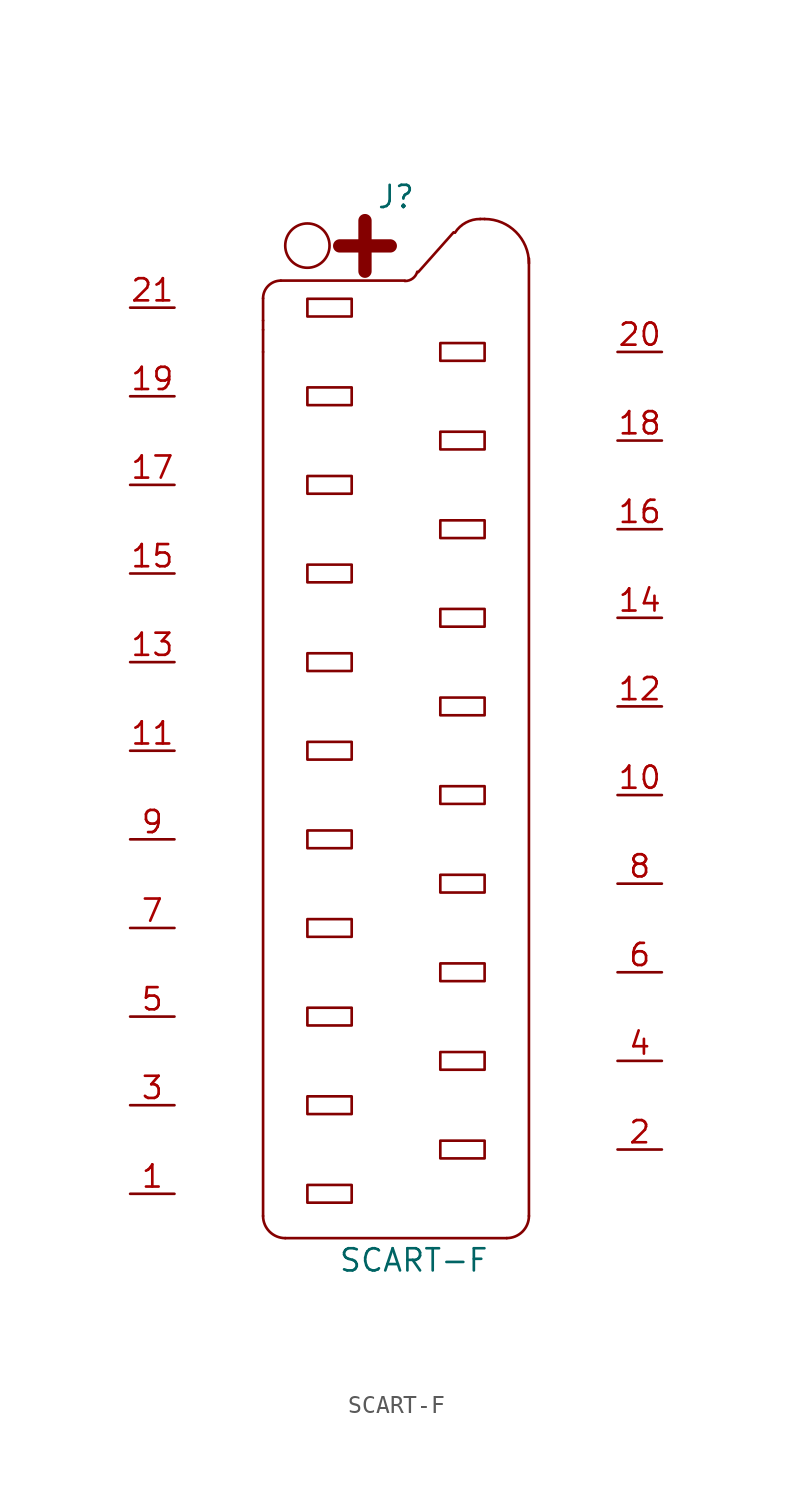
<source format=kicad_sym>
(kicad_symbol_lib
  (version 20211014)
  (generator kicad_symbol_editor)
  (symbol "SCART-F"
    (pin_names
      (offset 0.762) hide)
    (property "Reference" "J"
      (at 0 31.75 0)
      (effects (font (size 1.27 1.27))))
    (property "Value" "SCART-F"
      (at 1.016 -29.21 0)
      (effects (font (size 1.27 1.27))))
    (symbol "SCART-F_0_1"
      (arc (start -7.62 -26.67) (mid -7.248 -27.568) (end -6.35 -27.94) (stroke (width 0) (type default) (color 0 0 0 0)) (fill (type none)))
      (arc (start -6.604 26.9494) (mid -7.3224 26.6518) (end -7.62 25.9334) (stroke (width 0) (type default) (color 0 0 0 0)) (fill (type none)))
      (rectangle (start -5.08 -24.892) (end -2.54 -25.908) (stroke (width 0) (type default) (color 0 0 0 0)) (fill (type none)))
      (rectangle (start -5.08 -19.812) (end -2.54 -20.828) (stroke (width 0) (type default) (color 0 0 0 0)) (fill (type none)))
      (rectangle (start -5.08 -14.732) (end -2.54 -15.748) (stroke (width 0) (type default) (color 0 0 0 0)) (fill (type none)))
      (rectangle (start -5.08 -9.652) (end -2.54 -10.668) (stroke (width 0) (type default) (color 0 0 0 0)) (fill (type none)))
      (rectangle (start -5.08 -4.572) (end -2.54 -5.588) (stroke (width 0) (type default) (color 0 0 0 0)) (fill (type none)))
      (rectangle (start -5.08 0.508) (end -2.54 -0.508) (stroke (width 0) (type default) (color 0 0 0 0)) (fill (type none)))
      (rectangle (start -5.08 5.588) (end -2.54 4.572) (stroke (width 0) (type default) (color 0 0 0 0)) (fill (type none)))
      (rectangle (start -5.08 10.668) (end -2.54 9.652) (stroke (width 0) (type default) (color 0 0 0 0)) (fill (type none)))
      (rectangle (start -5.08 15.748) (end -2.54 14.732) (stroke (width 0) (type default) (color 0 0 0 0)) (fill (type none)))
      (rectangle (start -5.08 20.828) (end -2.54 19.812) (stroke (width 0) (type default) (color 0 0 0 0)) (fill (type none)))
      (rectangle (start -5.08 25.908) (end -2.54 24.892) (stroke (width 0) (type default) (color 0 0 0 0)) (fill (type none)))
      (circle (center -5.08 28.956) (radius 1.27) (stroke (width 0) (type default) (color 0 0 0 0)) (fill (type none)))
      (polyline (pts (xy -7.62 22.86) (xy -7.62 -26.67)) (stroke (width 0) (type default) (color 0 0 0 0)) (fill (type none)))
      (polyline (pts (xy -7.62 22.86) (xy -7.62 24.13)) (stroke (width 0) (type default) (color 0 0 0 0)) (fill (type none)))
      (polyline (pts (xy -7.62 24.663) (xy -7.62 24.13)) (stroke (width 0) (type default) (color 0 0 0 0)) (fill (type none)))
      (polyline (pts (xy -7.62 24.663) (xy -7.62 25.933)) (stroke (width 0) (type default) (color 0 0 0 0)) (fill (type none)))
      (polyline (pts (xy -6.604 26.949) (xy 0.508 26.949)) (stroke (width 0) (type default) (color 0 0 0 0)) (fill (type none)))
      (polyline (pts (xy -6.35 -27.94) (xy 6.35 -27.94)) (stroke (width 0) (type default) (color 0 0 0 0)) (fill (type none)))
      (polyline (pts (xy 3.302 29.718) (xy 1.27 27.432)) (stroke (width 0) (type default) (color 0 0 0 0)) (fill (type none)))
      (polyline (pts (xy 4.826 30.48) (xy 5.08 30.48)) (stroke (width 0) (type default) (color 0 0 0 0)) (fill (type none)))
      (polyline (pts (xy 7.62 -26.67) (xy 7.62 28.219)) (stroke (width 0) (type default) (color 0 0 0 0)) (fill (type none)))
      (arc (start 0.508 26.924) (mid 0.9569 27.0702) (end 1.2192 27.4574) (stroke (width 0) (type default) (color 0 0 0 0)) (fill (type none)))
      (rectangle (start 2.54 -22.352) (end 5.08 -23.368) (stroke (width 0) (type default) (color 0 0 0 0)) (fill (type none)))
      (rectangle (start 2.54 -17.272) (end 5.08 -18.288) (stroke (width 0) (type default) (color 0 0 0 0)) (fill (type none)))
      (rectangle (start 2.54 -12.192) (end 5.08 -13.208) (stroke (width 0) (type default) (color 0 0 0 0)) (fill (type none)))
      (rectangle (start 2.54 -7.112) (end 5.08 -8.128) (stroke (width 0) (type default) (color 0 0 0 0)) (fill (type none)))
      (rectangle (start 2.54 -2.032) (end 5.08 -3.048) (stroke (width 0) (type default) (color 0 0 0 0)) (fill (type none)))
      (rectangle (start 2.54 3.048) (end 5.08 2.032) (stroke (width 0) (type default) (color 0 0 0 0)) (fill (type none)))
      (rectangle (start 2.54 8.128) (end 5.08 7.112) (stroke (width 0) (type default) (color 0 0 0 0)) (fill (type none)))
      (rectangle (start 2.54 13.208) (end 5.08 12.192) (stroke (width 0) (type default) (color 0 0 0 0)) (fill (type none)))
      (rectangle (start 2.54 18.288) (end 5.08 17.272) (stroke (width 0) (type default) (color 0 0 0 0)) (fill (type none)))
      (rectangle (start 2.54 23.368) (end 5.08 22.352) (stroke (width 0) (type default) (color 0 0 0 0)) (fill (type none)))
      (arc (start 4.826 30.48) (mid 3.999 30.2726) (end 3.3782 29.6926) (stroke (width 0) (type default) (color 0 0 0 0)) (fill (type none)))
      (arc (start 6.35 -27.94) (mid 7.248 -27.568) (end 7.62 -26.67) (stroke (width 0) (type default) (color 0 0 0 0)) (fill (type none)))
      (arc (start 7.62 27.94) (mid 6.8761 29.7361) (end 5.08 30.48) (stroke (width 0) (type default) (color 0 0 0 0)) (fill (type none)))
      (text "+" (at -1.778 29.21 0) (effects (font (size 3.81 3.81) bold))))
    (symbol "SCART-F_1_1"
      (pin passive line (at -15.24 -25.4 0) (length 2.54) (name "P1" (effects (font (size 1.27 1.27)))) (number "1" (effects (font (size 1.27 1.27)))))
      (pin passive line (at 15.24 -2.54 180) (length 2.54) (name "P10" (effects (font (size 1.27 1.27)))) (number "10" (effects (font (size 1.27 1.27)))))
      (pin passive line (at -15.24 0 0) (length 2.54) (name "P11" (effects (font (size 1.27 1.27)))) (number "11" (effects (font (size 1.27 1.27)))))
      (pin passive line (at 15.24 2.54 180) (length 2.54) (name "P12" (effects (font (size 1.27 1.27)))) (number "12" (effects (font (size 1.27 1.27)))))
      (pin passive line (at -15.24 5.08 0) (length 2.54) (name "P13" (effects (font (size 1.27 1.27)))) (number "13" (effects (font (size 1.27 1.27)))))
      (pin passive line (at 15.24 7.62 180) (length 2.54) (name "P14" (effects (font (size 1.27 1.27)))) (number "14" (effects (font (size 1.27 1.27)))))
      (pin passive line (at -15.24 10.16 0) (length 2.54) (name "P15" (effects (font (size 1.27 1.27)))) (number "15" (effects (font (size 1.27 1.27)))))
      (pin passive line (at 15.24 12.7 180) (length 2.54) (name "P16" (effects (font (size 1.27 1.27)))) (number "16" (effects (font (size 1.27 1.27)))))
      (pin passive line (at -15.24 15.24 0) (length 2.54) (name "P17" (effects (font (size 1.27 1.27)))) (number "17" (effects (font (size 1.27 1.27)))))
      (pin passive line (at 15.24 17.78 180) (length 2.54) (name "P18" (effects (font (size 1.27 1.27)))) (number "18" (effects (font (size 1.27 1.27)))))
      (pin passive line (at -15.24 20.32 0) (length 2.54) (name "P19" (effects (font (size 1.27 1.27)))) (number "19" (effects (font (size 1.27 1.27)))))
      (pin passive line (at 15.24 -22.86 180) (length 2.54) (name "P2" (effects (font (size 1.27 1.27)))) (number "2" (effects (font (size 1.27 1.27)))))
      (pin passive line (at 15.24 22.86 180) (length 2.54) (name "P20" (effects (font (size 1.27 1.27)))) (number "20" (effects (font (size 1.27 1.27)))))
      (pin passive line (at -15.24 25.4 0) (length 2.54) (name "P21" (effects (font (size 1.27 1.27)))) (number "21" (effects (font (size 1.27 1.27)))))
      (pin passive line (at -15.24 -20.32 0) (length 2.54) (name "P3" (effects (font (size 1.27 1.27)))) (number "3" (effects (font (size 1.27 1.27)))))
      (pin passive line (at 15.24 -17.78 180) (length 2.54) (name "P4" (effects (font (size 1.27 1.27)))) (number "4" (effects (font (size 1.27 1.27)))))
      (pin passive line (at -15.24 -15.24 0) (length 2.54) (name "P5" (effects (font (size 1.27 1.27)))) (number "5" (effects (font (size 1.27 1.27)))))
      (pin passive line (at 15.24 -12.7 180) (length 2.54) (name "P6" (effects (font (size 1.27 1.27)))) (number "6" (effects (font (size 1.27 1.27)))))
      (pin passive line (at -15.24 -10.16 0) (length 2.54) (name "P7" (effects (font (size 1.27 1.27)))) (number "7" (effects (font (size 1.27 1.27)))))
      (pin passive line (at 15.24 -7.62 180) (length 2.54) (name "P8" (effects (font (size 1.27 1.27)))) (number "8" (effects (font (size 1.27 1.27)))))
      (pin passive line (at -15.24 -5.08 0) (length 2.54) (name "P9" (effects (font (size 1.27 1.27)))) (number "9" (effects (font (size 1.27 1.27))))))))
</source>
